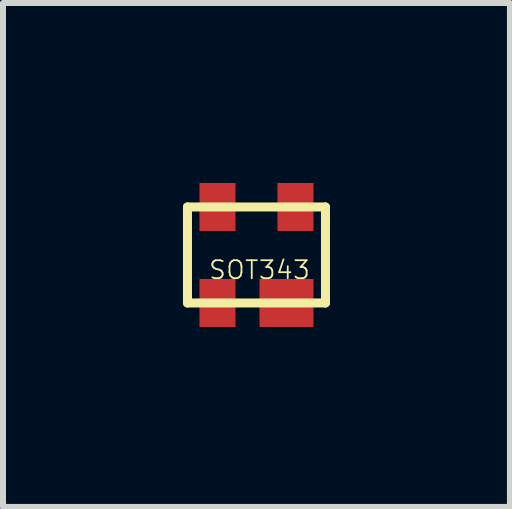
<source format=kicad_pcb>
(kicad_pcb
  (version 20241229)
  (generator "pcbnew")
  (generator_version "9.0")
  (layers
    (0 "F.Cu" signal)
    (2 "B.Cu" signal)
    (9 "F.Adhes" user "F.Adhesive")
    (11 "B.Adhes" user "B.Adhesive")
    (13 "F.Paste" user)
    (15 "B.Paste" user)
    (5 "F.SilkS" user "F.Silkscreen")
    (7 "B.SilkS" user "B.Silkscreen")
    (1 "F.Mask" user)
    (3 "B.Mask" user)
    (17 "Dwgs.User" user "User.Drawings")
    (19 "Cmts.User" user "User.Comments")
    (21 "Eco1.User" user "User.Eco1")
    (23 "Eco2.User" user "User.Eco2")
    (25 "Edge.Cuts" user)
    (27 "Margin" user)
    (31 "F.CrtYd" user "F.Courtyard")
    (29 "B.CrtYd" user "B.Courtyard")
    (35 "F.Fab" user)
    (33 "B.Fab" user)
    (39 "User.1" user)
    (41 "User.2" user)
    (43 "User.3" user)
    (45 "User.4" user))
  (footprint "SOT343"
    (layer "F.Cu")
    (at 1.225 1.2)
    (property "Reference" "SOT343" (at 0.05 0.25 0) (layer "F.SilkS") (effects (font (size 0.3 0.3) (thickness 0.03))))
    (attr through_hole)
    (fp_line (start -1.15 -0.8) (end -1.15 0.8) (stroke (width 0.15) (type solid)) (layer "F.SilkS"))
    (fp_line (start -1.15 0.8) (end 1.15 0.8) (stroke (width 0.15) (type solid)) (layer "F.SilkS"))
    (fp_line (start 1.15 -0.8) (end -1.15 -0.8) (stroke (width 0.15) (type solid)) (layer "F.SilkS"))
    (fp_line (start 1.15 0.8) (end 1.15 -0.8) (stroke (width 0.15) (type solid)) (layer "F.SilkS"))
    (pad "1" smd rect (at -0.65 0.8) (size 0.6 0.8) (layers "F.Cu" "F.Mask" "F.Paste"))
    (pad "2" smd rect (at 0.5 0.8) (size 0.9 0.8) (layers "F.Cu" "F.Mask" "F.Paste"))
    (pad "3" smd rect (at 0.65 -0.8) (size 0.6 0.8) (layers "F.Cu" "F.Mask" "F.Paste"))
    (pad "4" smd rect (at -0.65 -0.8) (size 0.6 0.8) (layers "F.Cu" "F.Mask" "F.Paste")))
  (gr_rect
    (start -3 -3)
    (end 5.45 5.4)
    (stroke (width 0.1) (type default))
    (fill no)
    (layer "Edge.Cuts")))
</source>
